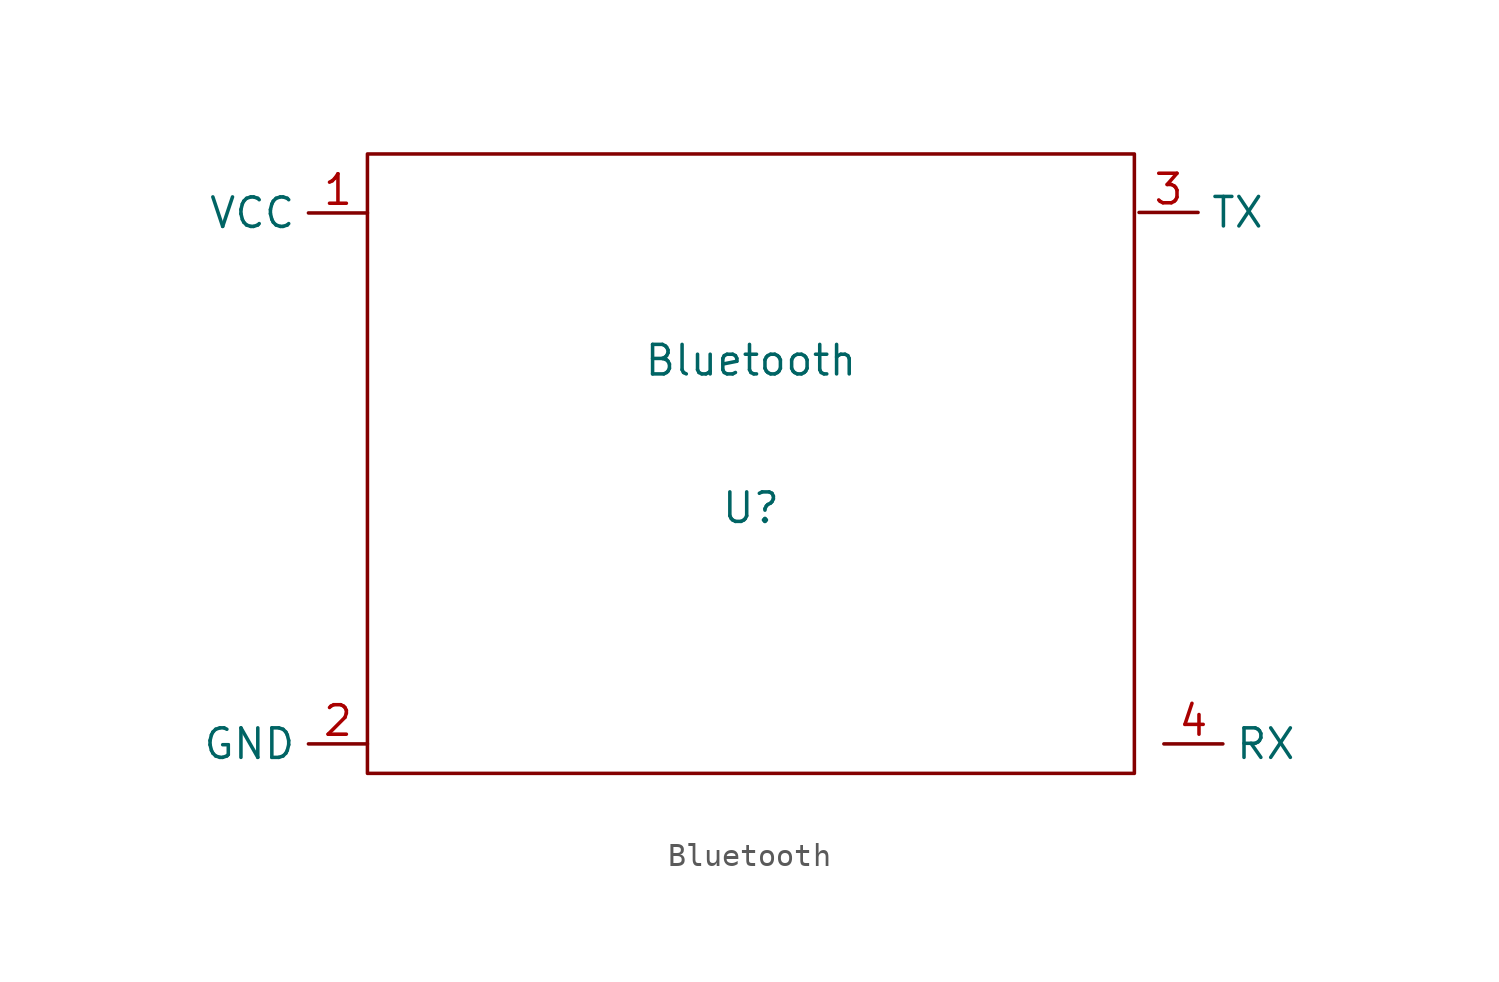
<source format=kicad_sym>
(kicad_symbol_lib
  (version 20211014)
  (generator kicad_symbol_editor)
  (symbol "Bluetooth"
    (property "Reference" "U"
      (at 0 0 0)
      (effects (font (size 1.27 1.27))))
    (property "Value" "Bluetooth"
      (at 0 6.35 0)
      (effects (font (size 1.27 1.27))))
    (symbol "Bluetooth_0_1"
      (rectangle (start -16.51 15.24) (end 16.51 -11.43) (stroke (width 0) (type default) (color 0 0 0 0)) (fill (type none))))
    (symbol "Bluetooth_1_1"
      (pin bidirectional line (at -16.51 12.7 180) (length 2.54) (name "VCC" (effects (font (size 1.27 1.27)))) (number "1" (effects (font (size 1.27 1.27)))))
      (pin bidirectional line (at -16.51 -10.16 180) (length 2.54) (name "GND" (effects (font (size 1.27 1.27)))) (number "2" (effects (font (size 1.27 1.27)))))
      (pin bidirectional line (at 16.712 12.721 0) (length 2.54) (name "TX" (effects (font (size 1.27 1.27)))) (number "3" (effects (font (size 1.27 1.27)))))
      (pin bidirectional line (at 17.78 -10.16 0) (length 2.54) (name "RX" (effects (font (size 1.27 1.27)))) (number "4" (effects (font (size 1.27 1.27))))))))
</source>
